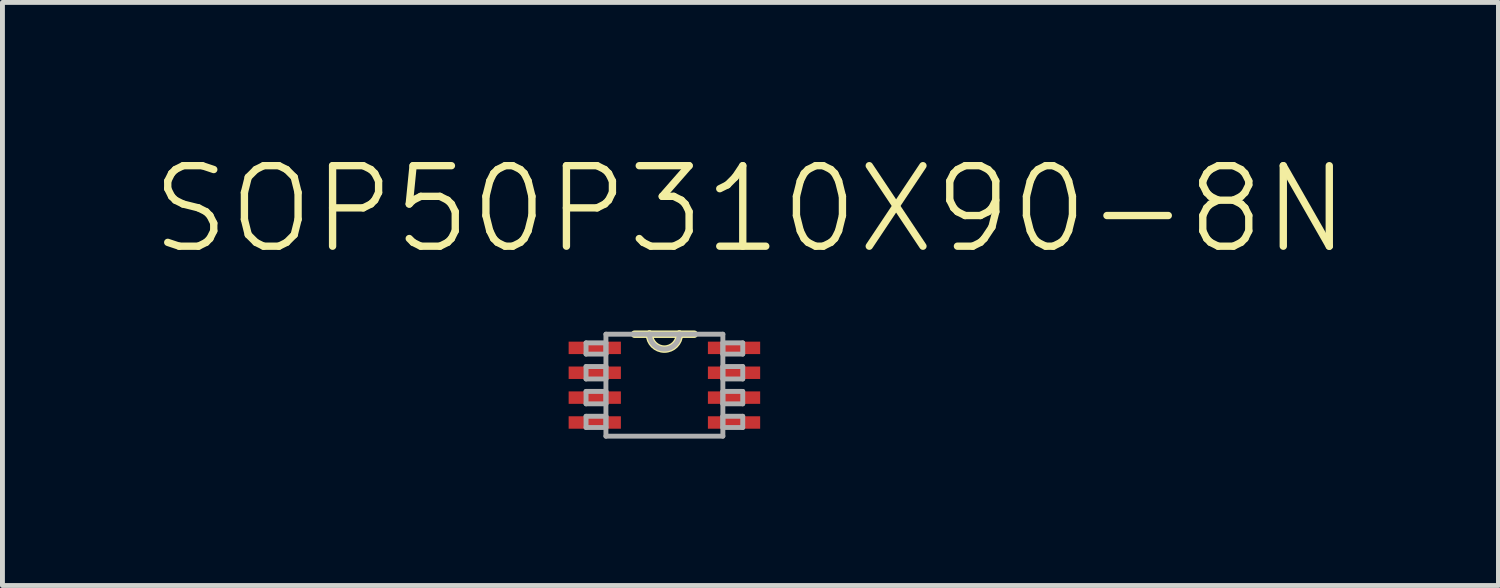
<source format=kicad_pcb>
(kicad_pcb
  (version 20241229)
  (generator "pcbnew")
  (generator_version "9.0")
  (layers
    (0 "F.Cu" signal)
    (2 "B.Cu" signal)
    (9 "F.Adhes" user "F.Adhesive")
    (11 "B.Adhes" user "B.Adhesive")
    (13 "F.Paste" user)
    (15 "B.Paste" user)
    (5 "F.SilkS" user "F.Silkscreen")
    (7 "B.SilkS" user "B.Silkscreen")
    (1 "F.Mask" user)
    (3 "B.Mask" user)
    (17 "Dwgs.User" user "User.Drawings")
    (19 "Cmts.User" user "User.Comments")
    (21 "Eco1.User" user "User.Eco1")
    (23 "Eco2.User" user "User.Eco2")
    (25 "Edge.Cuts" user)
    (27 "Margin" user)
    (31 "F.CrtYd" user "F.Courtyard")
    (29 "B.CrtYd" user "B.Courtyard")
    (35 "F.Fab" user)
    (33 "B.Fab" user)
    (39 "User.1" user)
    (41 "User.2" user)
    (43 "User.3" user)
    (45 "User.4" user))
  (footprint "SOP50P310X90-8N"
    (layer "F.Cu")
    (at 10.518 4.816)
    (property "Reference" "SOP50P310X90-8N" (at 1.757 -3.591 0) (layer "F.SilkS") (effects (font (size 1.644 1.644) (thickness 0.15))))
    (attr smd)
    (fp_line (start -0.305 -1.041) (end -0.61 -1.041) (stroke (width 0.152) (type solid)) (layer "F.SilkS"))
    (fp_line (start 0.305 -1.041) (end -0.305 -1.041) (stroke (width 0.152) (type solid)) (layer "F.SilkS"))
    (fp_line (start 0.61 -1.041) (end 0.305 -1.041) (stroke (width 0.152) (type solid)) (layer "F.SilkS"))
    (fp_arc (start 0.3048 -1.0414) (mid 0 -0.7366) (end -0.3048 -1.0414) (stroke (width 0.1524) (type solid)) (layer "F.SilkS"))
    (fp_line (start -1.6 -0.864) (end -1.6 -0.635) (stroke (width 0.1) (type solid)) (layer "F.Fab"))
    (fp_line (start -1.6 -0.635) (end -1.194 -0.635) (stroke (width 0.1) (type solid)) (layer "F.Fab"))
    (fp_line (start -1.6 -0.381) (end -1.6 -0.127) (stroke (width 0.1) (type solid)) (layer "F.Fab"))
    (fp_line (start -1.6 -0.127) (end -1.194 -0.127) (stroke (width 0.1) (type solid)) (layer "F.Fab"))
    (fp_line (start -1.6 0.127) (end -1.6 0.381) (stroke (width 0.1) (type solid)) (layer "F.Fab"))
    (fp_line (start -1.6 0.381) (end -1.194 0.381) (stroke (width 0.1) (type solid)) (layer "F.Fab"))
    (fp_line (start -1.6 0.635) (end -1.6 0.864) (stroke (width 0.1) (type solid)) (layer "F.Fab"))
    (fp_line (start -1.6 0.864) (end -1.194 0.864) (stroke (width 0.1) (type solid)) (layer "F.Fab"))
    (fp_line (start -1.194 -1.041) (end -1.194 1.041) (stroke (width 0.1) (type solid)) (layer "F.Fab"))
    (fp_line (start -1.194 -0.864) (end -1.6 -0.864) (stroke (width 0.1) (type solid)) (layer "F.Fab"))
    (fp_line (start -1.194 -0.635) (end -1.194 -0.864) (stroke (width 0.1) (type solid)) (layer "F.Fab"))
    (fp_line (start -1.194 -0.381) (end -1.6 -0.381) (stroke (width 0.1) (type solid)) (layer "F.Fab"))
    (fp_line (start -1.194 -0.127) (end -1.194 -0.381) (stroke (width 0.1) (type solid)) (layer "F.Fab"))
    (fp_line (start -1.194 0.127) (end -1.6 0.127) (stroke (width 0.1) (type solid)) (layer "F.Fab"))
    (fp_line (start -1.194 0.381) (end -1.194 0.127) (stroke (width 0.1) (type solid)) (layer "F.Fab"))
    (fp_line (start -1.194 0.635) (end -1.6 0.635) (stroke (width 0.1) (type solid)) (layer "F.Fab"))
    (fp_line (start -1.194 0.864) (end -1.194 0.635) (stroke (width 0.1) (type solid)) (layer "F.Fab"))
    (fp_line (start -1.194 1.041) (end 1.194 1.041) (stroke (width 0.1) (type solid)) (layer "F.Fab"))
    (fp_line (start -0.305 -1.041) (end -1.194 -1.041) (stroke (width 0.1) (type solid)) (layer "F.Fab"))
    (fp_line (start 0.305 -1.041) (end -0.305 -1.041) (stroke (width 0.1) (type solid)) (layer "F.Fab"))
    (fp_line (start 1.194 -1.041) (end 0.305 -1.041) (stroke (width 0.1) (type solid)) (layer "F.Fab"))
    (fp_line (start 1.194 -0.864) (end 1.194 -0.635) (stroke (width 0.1) (type solid)) (layer "F.Fab"))
    (fp_line (start 1.194 -0.635) (end 1.6 -0.635) (stroke (width 0.1) (type solid)) (layer "F.Fab"))
    (fp_line (start 1.194 -0.381) (end 1.194 -0.127) (stroke (width 0.1) (type solid)) (layer "F.Fab"))
    (fp_line (start 1.194 -0.127) (end 1.6 -0.127) (stroke (width 0.1) (type solid)) (layer "F.Fab"))
    (fp_line (start 1.194 0.127) (end 1.194 0.381) (stroke (width 0.1) (type solid)) (layer "F.Fab"))
    (fp_line (start 1.194 0.381) (end 1.6 0.381) (stroke (width 0.1) (type solid)) (layer "F.Fab"))
    (fp_line (start 1.194 0.635) (end 1.194 0.864) (stroke (width 0.1) (type solid)) (layer "F.Fab"))
    (fp_line (start 1.194 0.864) (end 1.6 0.864) (stroke (width 0.1) (type solid)) (layer "F.Fab"))
    (fp_line (start 1.194 1.041) (end 1.194 -1.041) (stroke (width 0.1) (type solid)) (layer "F.Fab"))
    (fp_line (start 1.6 -0.864) (end 1.194 -0.864) (stroke (width 0.1) (type solid)) (layer "F.Fab"))
    (fp_line (start 1.6 -0.635) (end 1.6 -0.864) (stroke (width 0.1) (type solid)) (layer "F.Fab"))
    (fp_line (start 1.6 -0.381) (end 1.194 -0.381) (stroke (width 0.1) (type solid)) (layer "F.Fab"))
    (fp_line (start 1.6 -0.127) (end 1.6 -0.381) (stroke (width 0.1) (type solid)) (layer "F.Fab"))
    (fp_line (start 1.6 0.127) (end 1.194 0.127) (stroke (width 0.1) (type solid)) (layer "F.Fab"))
    (fp_line (start 1.6 0.381) (end 1.6 0.127) (stroke (width 0.1) (type solid)) (layer "F.Fab"))
    (fp_line (start 1.6 0.635) (end 1.194 0.635) (stroke (width 0.1) (type solid)) (layer "F.Fab"))
    (fp_line (start 1.6 0.864) (end 1.6 0.635) (stroke (width 0.1) (type solid)) (layer "F.Fab"))
    (fp_arc (start 0.3048 -1.0414) (mid 0 -0.7366) (end -0.3048 -1.0414) (stroke (width 0.1) (type solid)) (layer "F.Fab"))
    (pad "1" smd rect (at -1.422 -0.762) (size 1.067 0.254) (layers "F.Cu" "F.Mask" "F.Paste"))
    (pad "2" smd rect (at -1.422 -0.254) (size 1.067 0.254) (layers "F.Cu" "F.Mask" "F.Paste"))
    (pad "3" smd rect (at -1.422 0.254) (size 1.067 0.254) (layers "F.Cu" "F.Mask" "F.Paste"))
    (pad "4" smd rect (at -1.422 0.762) (size 1.067 0.254) (layers "F.Cu" "F.Mask" "F.Paste"))
    (pad "5" smd rect (at 1.422 0.762) (size 1.067 0.254) (layers "F.Cu" "F.Mask" "F.Paste"))
    (pad "6" smd rect (at 1.422 0.254) (size 1.067 0.254) (layers "F.Cu" "F.Mask" "F.Paste"))
    (pad "7" smd rect (at 1.422 -0.254) (size 1.067 0.254) (layers "F.Cu" "F.Mask" "F.Paste"))
    (pad "8" smd rect (at 1.422 -0.762) (size 1.067 0.254) (layers "F.Cu" "F.Mask" "F.Paste")))
  (gr_rect
    (start -3 -3)
    (end 27.551 8.907)
    (stroke (width 0.1) (type default))
    (fill no)
    (layer "Edge.Cuts")))
</source>
